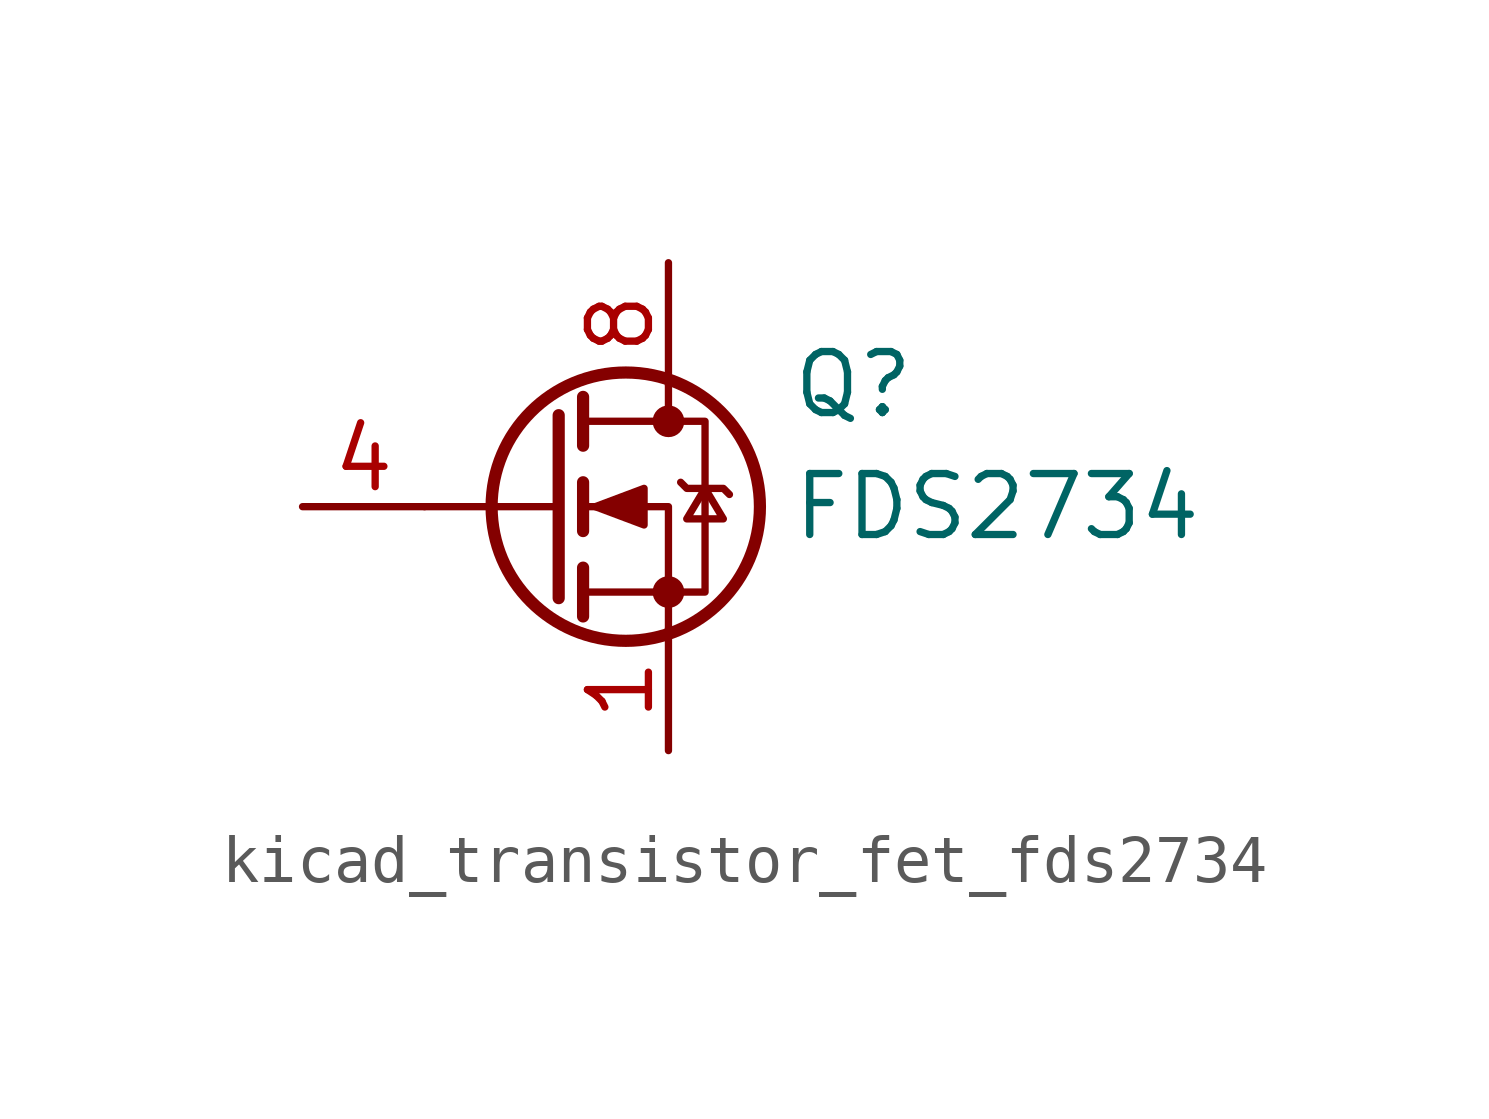
<source format=kicad_sym>
(kicad_symbol_lib
  (version 20220914)
  (generator kicad_symbol_editor)
  (symbol "kicad_transistor_fet_fds2734"
    (pin_names hide)
    (property "Reference" "Q"
      (at 5.08 2.54 0)
      (effects (font (size 1.27 1.27)) (justify left)))
    (property "Value" "FDS2734"
      (at 5.08 0 0)
      (effects (font (size 1.27 1.27)) (justify left)))
    (symbol "kicad_transistor_fet_fds2734_0_1"
      (polyline (pts (xy 0.254 0) (xy -2.54 0)) (stroke (width 0) (type default)) (fill (type none)))
      (polyline (pts (xy 0.254 1.905) (xy 0.254 -1.905)) (stroke (width 0.254) (type default)) (fill (type none)))
      (polyline (pts (xy 0.762 -1.27) (xy 0.762 -2.286)) (stroke (width 0.254) (type default)) (fill (type none)))
      (polyline (pts (xy 0.762 0.508) (xy 0.762 -0.508)) (stroke (width 0.254) (type default)) (fill (type none)))
      (polyline (pts (xy 0.762 2.286) (xy 0.762 1.27)) (stroke (width 0.254) (type default)) (fill (type none)))
      (polyline (pts (xy 2.54 2.54) (xy 2.54 1.778)) (stroke (width 0) (type default)) (fill (type none)))
      (polyline (pts (xy 2.54 -2.54) (xy 2.54 0) (xy 0.762 0)) (stroke (width 0) (type default)) (fill (type none)))
      (polyline (pts (xy 0.762 -1.778) (xy 3.302 -1.778) (xy 3.302 1.778) (xy 0.762 1.778)) (stroke (width 0) (type default)) (fill (type none)))
      (polyline (pts (xy 1.016 0) (xy 2.032 0.381) (xy 2.032 -0.381) (xy 1.016 0)) (stroke (width 0) (type default)) (fill (type outline)))
      (polyline (pts (xy 2.794 0.508) (xy 2.921 0.381) (xy 3.683 0.381) (xy 3.81 0.254)) (stroke (width 0) (type default)) (fill (type none)))
      (polyline (pts (xy 3.302 0.381) (xy 2.921 -0.254) (xy 3.683 -0.254) (xy 3.302 0.381)) (stroke (width 0) (type default)) (fill (type none)))
      (circle (center 1.651 0) (radius 2.794) (stroke (width 0.254) (type default)) (fill (type none)))
      (circle (center 2.54 -1.778) (radius 0.254) (stroke (width 0) (type default)) (fill (type outline)))
      (circle (center 2.54 1.778) (radius 0.254) (stroke (width 0) (type default)) (fill (type outline))))
    (symbol "kicad_transistor_fet_fds2734_1_1"
      (pin passive line (at 2.54 -5.08 90) (length 2.54) (name "S" (effects (font (size 1.27 1.27)))) (number "1" (effects (font (size 1.27 1.27)))))
      (pin passive line (at 2.54 -5.08 90) (length 2.54) hide (name "S" (effects (font (size 1.27 1.27)))) (number "2" (effects (font (size 1.27 1.27)))))
      (pin passive line (at 2.54 -5.08 90) (length 2.54) hide (name "S" (effects (font (size 1.27 1.27)))) (number "3" (effects (font (size 1.27 1.27)))))
      (pin input line (at -5.08 0 0) (length 2.54) (name "G" (effects (font (size 1.27 1.27)))) (number "4" (effects (font (size 1.27 1.27)))))
      (pin passive line (at 2.54 5.08 270) (length 2.54) hide (name "D" (effects (font (size 1.27 1.27)))) (number "5" (effects (font (size 1.27 1.27)))))
      (pin passive line (at 2.54 5.08 270) (length 2.54) hide (name "D" (effects (font (size 1.27 1.27)))) (number "6" (effects (font (size 1.27 1.27)))))
      (pin passive line (at 2.54 5.08 270) (length 2.54) hide (name "D" (effects (font (size 1.27 1.27)))) (number "7" (effects (font (size 1.27 1.27)))))
      (pin passive line (at 2.54 5.08 270) (length 2.54) (name "D" (effects (font (size 1.27 1.27)))) (number "8" (effects (font (size 1.27 1.27))))))))
</source>
